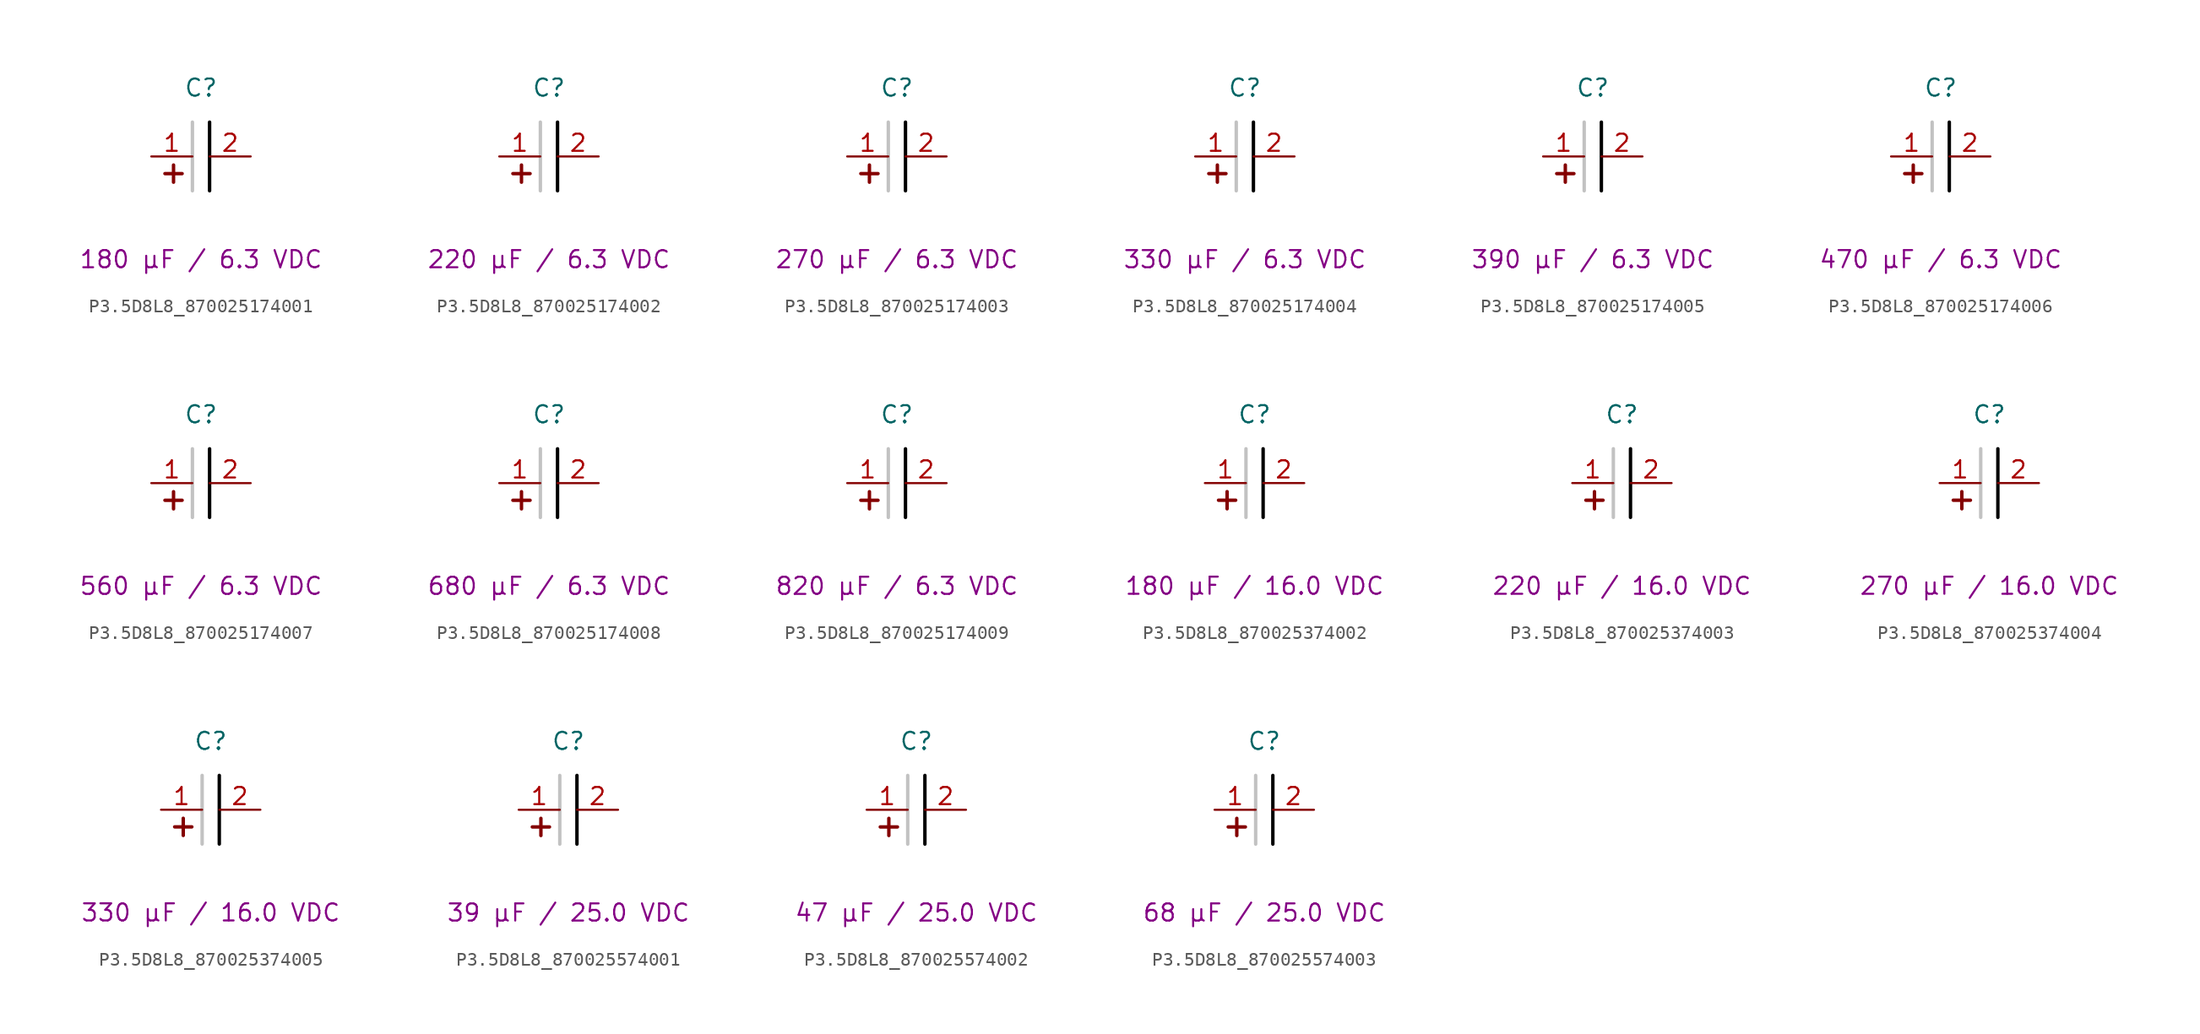
<source format=kicad_sym>
(kicad_symbol_lib
  (version 20220914)
  (generator kicad_symbol_editor)
  (symbol "P3.5D8L8_870025174001"
    (pin_names hide)
    (property "Reference" "C"
      (at 0 5.08 0)
      (effects (font (size 1.27 1.27))))
    (property "Critical Parameter" "180 µF / 6.3 VDC"
      (at 0 -7.62 0)
      (effects (font (size 1.27 1.27))))
    (symbol "P3.5D8L8_870025174001_1_1"
      (polyline (pts (xy -2.667 -1.27) (xy -1.397 -1.27)) (stroke (width 0.254) (type default)) (fill (type none)))
      (polyline (pts (xy -2.032 -0.635) (xy -2.032 -1.905)) (stroke (width 0.254) (type default)) (fill (type none)))
      (polyline (pts (xy -0.635 2.54) (xy -0.635 -2.54)) (stroke (width 0.254) (type default) (color 194 194 194 1)) (fill (type none)))
      (polyline (pts (xy 0.635 2.54) (xy 0.635 -2.54)) (stroke (width 0.254) (type default) (color 0 0 0 1)) (fill (type none)))
      (pin passive line (at -3.679 0 0) (length 3.044) (name "1" (effects (font (size 1.27 1.27)))) (number "1" (effects (font (size 1.27 1.27)))))
      (pin passive line (at 3.679 0 180) (length 3.044) (name "2" (effects (font (size 1.27 1.27)))) (number "2" (effects (font (size 1.27 1.27)))))))
  (symbol "P3.5D8L8_870025174002"
    (pin_names hide)
    (property "Reference" "C"
      (at 0 5.08 0)
      (effects (font (size 1.27 1.27))))
    (property "Critical Parameter" "220 µF / 6.3 VDC"
      (at 0 -7.62 0)
      (effects (font (size 1.27 1.27))))
    (symbol "P3.5D8L8_870025174002_1_1"
      (polyline (pts (xy -2.667 -1.27) (xy -1.397 -1.27)) (stroke (width 0.254) (type default)) (fill (type none)))
      (polyline (pts (xy -2.032 -0.635) (xy -2.032 -1.905)) (stroke (width 0.254) (type default)) (fill (type none)))
      (polyline (pts (xy -0.635 2.54) (xy -0.635 -2.54)) (stroke (width 0.254) (type default) (color 194 194 194 1)) (fill (type none)))
      (polyline (pts (xy 0.635 2.54) (xy 0.635 -2.54)) (stroke (width 0.254) (type default) (color 0 0 0 1)) (fill (type none)))
      (pin passive line (at -3.679 0 0) (length 3.044) (name "1" (effects (font (size 1.27 1.27)))) (number "1" (effects (font (size 1.27 1.27)))))
      (pin passive line (at 3.679 0 180) (length 3.044) (name "2" (effects (font (size 1.27 1.27)))) (number "2" (effects (font (size 1.27 1.27)))))))
  (symbol "P3.5D8L8_870025174003"
    (pin_names hide)
    (property "Reference" "C"
      (at 0 5.08 0)
      (effects (font (size 1.27 1.27))))
    (property "Critical Parameter" "270 µF / 6.3 VDC"
      (at 0 -7.62 0)
      (effects (font (size 1.27 1.27))))
    (symbol "P3.5D8L8_870025174003_1_1"
      (polyline (pts (xy -2.667 -1.27) (xy -1.397 -1.27)) (stroke (width 0.254) (type default)) (fill (type none)))
      (polyline (pts (xy -2.032 -0.635) (xy -2.032 -1.905)) (stroke (width 0.254) (type default)) (fill (type none)))
      (polyline (pts (xy -0.635 2.54) (xy -0.635 -2.54)) (stroke (width 0.254) (type default) (color 194 194 194 1)) (fill (type none)))
      (polyline (pts (xy 0.635 2.54) (xy 0.635 -2.54)) (stroke (width 0.254) (type default) (color 0 0 0 1)) (fill (type none)))
      (pin passive line (at -3.679 0 0) (length 3.044) (name "1" (effects (font (size 1.27 1.27)))) (number "1" (effects (font (size 1.27 1.27)))))
      (pin passive line (at 3.679 0 180) (length 3.044) (name "2" (effects (font (size 1.27 1.27)))) (number "2" (effects (font (size 1.27 1.27)))))))
  (symbol "P3.5D8L8_870025174004"
    (pin_names hide)
    (property "Reference" "C"
      (at 0 5.08 0)
      (effects (font (size 1.27 1.27))))
    (property "Critical Parameter" "330 µF / 6.3 VDC"
      (at 0 -7.62 0)
      (effects (font (size 1.27 1.27))))
    (symbol "P3.5D8L8_870025174004_1_1"
      (polyline (pts (xy -2.667 -1.27) (xy -1.397 -1.27)) (stroke (width 0.254) (type default)) (fill (type none)))
      (polyline (pts (xy -2.032 -0.635) (xy -2.032 -1.905)) (stroke (width 0.254) (type default)) (fill (type none)))
      (polyline (pts (xy -0.635 2.54) (xy -0.635 -2.54)) (stroke (width 0.254) (type default) (color 194 194 194 1)) (fill (type none)))
      (polyline (pts (xy 0.635 2.54) (xy 0.635 -2.54)) (stroke (width 0.254) (type default) (color 0 0 0 1)) (fill (type none)))
      (pin passive line (at -3.679 0 0) (length 3.044) (name "1" (effects (font (size 1.27 1.27)))) (number "1" (effects (font (size 1.27 1.27)))))
      (pin passive line (at 3.679 0 180) (length 3.044) (name "2" (effects (font (size 1.27 1.27)))) (number "2" (effects (font (size 1.27 1.27)))))))
  (symbol "P3.5D8L8_870025174005"
    (pin_names hide)
    (property "Reference" "C"
      (at 0 5.08 0)
      (effects (font (size 1.27 1.27))))
    (property "Critical Parameter" "390 µF / 6.3 VDC"
      (at 0 -7.62 0)
      (effects (font (size 1.27 1.27))))
    (symbol "P3.5D8L8_870025174005_1_1"
      (polyline (pts (xy -2.667 -1.27) (xy -1.397 -1.27)) (stroke (width 0.254) (type default)) (fill (type none)))
      (polyline (pts (xy -2.032 -0.635) (xy -2.032 -1.905)) (stroke (width 0.254) (type default)) (fill (type none)))
      (polyline (pts (xy -0.635 2.54) (xy -0.635 -2.54)) (stroke (width 0.254) (type default) (color 194 194 194 1)) (fill (type none)))
      (polyline (pts (xy 0.635 2.54) (xy 0.635 -2.54)) (stroke (width 0.254) (type default) (color 0 0 0 1)) (fill (type none)))
      (pin passive line (at -3.679 0 0) (length 3.044) (name "1" (effects (font (size 1.27 1.27)))) (number "1" (effects (font (size 1.27 1.27)))))
      (pin passive line (at 3.679 0 180) (length 3.044) (name "2" (effects (font (size 1.27 1.27)))) (number "2" (effects (font (size 1.27 1.27)))))))
  (symbol "P3.5D8L8_870025174006"
    (pin_names hide)
    (property "Reference" "C"
      (at 0 5.08 0)
      (effects (font (size 1.27 1.27))))
    (property "Critical Parameter" "470 µF / 6.3 VDC"
      (at 0 -7.62 0)
      (effects (font (size 1.27 1.27))))
    (symbol "P3.5D8L8_870025174006_1_1"
      (polyline (pts (xy -2.667 -1.27) (xy -1.397 -1.27)) (stroke (width 0.254) (type default)) (fill (type none)))
      (polyline (pts (xy -2.032 -0.635) (xy -2.032 -1.905)) (stroke (width 0.254) (type default)) (fill (type none)))
      (polyline (pts (xy -0.635 2.54) (xy -0.635 -2.54)) (stroke (width 0.254) (type default) (color 194 194 194 1)) (fill (type none)))
      (polyline (pts (xy 0.635 2.54) (xy 0.635 -2.54)) (stroke (width 0.254) (type default) (color 0 0 0 1)) (fill (type none)))
      (pin passive line (at -3.679 0 0) (length 3.044) (name "1" (effects (font (size 1.27 1.27)))) (number "1" (effects (font (size 1.27 1.27)))))
      (pin passive line (at 3.679 0 180) (length 3.044) (name "2" (effects (font (size 1.27 1.27)))) (number "2" (effects (font (size 1.27 1.27)))))))
  (symbol "P3.5D8L8_870025174007"
    (pin_names hide)
    (property "Reference" "C"
      (at 0 5.08 0)
      (effects (font (size 1.27 1.27))))
    (property "Critical Parameter" "560 µF / 6.3 VDC"
      (at 0 -7.62 0)
      (effects (font (size 1.27 1.27))))
    (symbol "P3.5D8L8_870025174007_1_1"
      (polyline (pts (xy -2.667 -1.27) (xy -1.397 -1.27)) (stroke (width 0.254) (type default)) (fill (type none)))
      (polyline (pts (xy -2.032 -0.635) (xy -2.032 -1.905)) (stroke (width 0.254) (type default)) (fill (type none)))
      (polyline (pts (xy -0.635 2.54) (xy -0.635 -2.54)) (stroke (width 0.254) (type default) (color 194 194 194 1)) (fill (type none)))
      (polyline (pts (xy 0.635 2.54) (xy 0.635 -2.54)) (stroke (width 0.254) (type default) (color 0 0 0 1)) (fill (type none)))
      (pin passive line (at -3.679 0 0) (length 3.044) (name "1" (effects (font (size 1.27 1.27)))) (number "1" (effects (font (size 1.27 1.27)))))
      (pin passive line (at 3.679 0 180) (length 3.044) (name "2" (effects (font (size 1.27 1.27)))) (number "2" (effects (font (size 1.27 1.27)))))))
  (symbol "P3.5D8L8_870025174008"
    (pin_names hide)
    (property "Reference" "C"
      (at 0 5.08 0)
      (effects (font (size 1.27 1.27))))
    (property "Critical Parameter" "680 µF / 6.3 VDC"
      (at 0 -7.62 0)
      (effects (font (size 1.27 1.27))))
    (symbol "P3.5D8L8_870025174008_1_1"
      (polyline (pts (xy -2.667 -1.27) (xy -1.397 -1.27)) (stroke (width 0.254) (type default)) (fill (type none)))
      (polyline (pts (xy -2.032 -0.635) (xy -2.032 -1.905)) (stroke (width 0.254) (type default)) (fill (type none)))
      (polyline (pts (xy -0.635 2.54) (xy -0.635 -2.54)) (stroke (width 0.254) (type default) (color 194 194 194 1)) (fill (type none)))
      (polyline (pts (xy 0.635 2.54) (xy 0.635 -2.54)) (stroke (width 0.254) (type default) (color 0 0 0 1)) (fill (type none)))
      (pin passive line (at -3.679 0 0) (length 3.044) (name "1" (effects (font (size 1.27 1.27)))) (number "1" (effects (font (size 1.27 1.27)))))
      (pin passive line (at 3.679 0 180) (length 3.044) (name "2" (effects (font (size 1.27 1.27)))) (number "2" (effects (font (size 1.27 1.27)))))))
  (symbol "P3.5D8L8_870025174009"
    (pin_names hide)
    (property "Reference" "C"
      (at 0 5.08 0)
      (effects (font (size 1.27 1.27))))
    (property "Critical Parameter" "820 µF / 6.3 VDC"
      (at 0 -7.62 0)
      (effects (font (size 1.27 1.27))))
    (symbol "P3.5D8L8_870025174009_1_1"
      (polyline (pts (xy -2.667 -1.27) (xy -1.397 -1.27)) (stroke (width 0.254) (type default)) (fill (type none)))
      (polyline (pts (xy -2.032 -0.635) (xy -2.032 -1.905)) (stroke (width 0.254) (type default)) (fill (type none)))
      (polyline (pts (xy -0.635 2.54) (xy -0.635 -2.54)) (stroke (width 0.254) (type default) (color 194 194 194 1)) (fill (type none)))
      (polyline (pts (xy 0.635 2.54) (xy 0.635 -2.54)) (stroke (width 0.254) (type default) (color 0 0 0 1)) (fill (type none)))
      (pin passive line (at -3.679 0 0) (length 3.044) (name "1" (effects (font (size 1.27 1.27)))) (number "1" (effects (font (size 1.27 1.27)))))
      (pin passive line (at 3.679 0 180) (length 3.044) (name "2" (effects (font (size 1.27 1.27)))) (number "2" (effects (font (size 1.27 1.27)))))))
  (symbol "P3.5D8L8_870025374002"
    (pin_names hide)
    (property "Reference" "C"
      (at 0 5.08 0)
      (effects (font (size 1.27 1.27))))
    (property "Critical Parameter" "180 µF / 16.0 VDC"
      (at 0 -7.62 0)
      (effects (font (size 1.27 1.27))))
    (symbol "P3.5D8L8_870025374002_1_1"
      (polyline (pts (xy -2.667 -1.27) (xy -1.397 -1.27)) (stroke (width 0.254) (type default)) (fill (type none)))
      (polyline (pts (xy -2.032 -0.635) (xy -2.032 -1.905)) (stroke (width 0.254) (type default)) (fill (type none)))
      (polyline (pts (xy -0.635 2.54) (xy -0.635 -2.54)) (stroke (width 0.254) (type default) (color 194 194 194 1)) (fill (type none)))
      (polyline (pts (xy 0.635 2.54) (xy 0.635 -2.54)) (stroke (width 0.254) (type default) (color 0 0 0 1)) (fill (type none)))
      (pin passive line (at -3.679 0 0) (length 3.044) (name "1" (effects (font (size 1.27 1.27)))) (number "1" (effects (font (size 1.27 1.27)))))
      (pin passive line (at 3.679 0 180) (length 3.044) (name "2" (effects (font (size 1.27 1.27)))) (number "2" (effects (font (size 1.27 1.27)))))))
  (symbol "P3.5D8L8_870025374003"
    (pin_names hide)
    (property "Reference" "C"
      (at 0 5.08 0)
      (effects (font (size 1.27 1.27))))
    (property "Critical Parameter" "220 µF / 16.0 VDC"
      (at 0 -7.62 0)
      (effects (font (size 1.27 1.27))))
    (symbol "P3.5D8L8_870025374003_1_1"
      (polyline (pts (xy -2.667 -1.27) (xy -1.397 -1.27)) (stroke (width 0.254) (type default)) (fill (type none)))
      (polyline (pts (xy -2.032 -0.635) (xy -2.032 -1.905)) (stroke (width 0.254) (type default)) (fill (type none)))
      (polyline (pts (xy -0.635 2.54) (xy -0.635 -2.54)) (stroke (width 0.254) (type default) (color 194 194 194 1)) (fill (type none)))
      (polyline (pts (xy 0.635 2.54) (xy 0.635 -2.54)) (stroke (width 0.254) (type default) (color 0 0 0 1)) (fill (type none)))
      (pin passive line (at -3.679 0 0) (length 3.044) (name "1" (effects (font (size 1.27 1.27)))) (number "1" (effects (font (size 1.27 1.27)))))
      (pin passive line (at 3.679 0 180) (length 3.044) (name "2" (effects (font (size 1.27 1.27)))) (number "2" (effects (font (size 1.27 1.27)))))))
  (symbol "P3.5D8L8_870025374004"
    (pin_names hide)
    (property "Reference" "C"
      (at 0 5.08 0)
      (effects (font (size 1.27 1.27))))
    (property "Critical Parameter" "270 µF / 16.0 VDC"
      (at 0 -7.62 0)
      (effects (font (size 1.27 1.27))))
    (symbol "P3.5D8L8_870025374004_1_1"
      (polyline (pts (xy -2.667 -1.27) (xy -1.397 -1.27)) (stroke (width 0.254) (type default)) (fill (type none)))
      (polyline (pts (xy -2.032 -0.635) (xy -2.032 -1.905)) (stroke (width 0.254) (type default)) (fill (type none)))
      (polyline (pts (xy -0.635 2.54) (xy -0.635 -2.54)) (stroke (width 0.254) (type default) (color 194 194 194 1)) (fill (type none)))
      (polyline (pts (xy 0.635 2.54) (xy 0.635 -2.54)) (stroke (width 0.254) (type default) (color 0 0 0 1)) (fill (type none)))
      (pin passive line (at -3.679 0 0) (length 3.044) (name "1" (effects (font (size 1.27 1.27)))) (number "1" (effects (font (size 1.27 1.27)))))
      (pin passive line (at 3.679 0 180) (length 3.044) (name "2" (effects (font (size 1.27 1.27)))) (number "2" (effects (font (size 1.27 1.27)))))))
  (symbol "P3.5D8L8_870025374005"
    (pin_names hide)
    (property "Reference" "C"
      (at 0 5.08 0)
      (effects (font (size 1.27 1.27))))
    (property "Critical Parameter" "330 µF / 16.0 VDC"
      (at 0 -7.62 0)
      (effects (font (size 1.27 1.27))))
    (symbol "P3.5D8L8_870025374005_1_1"
      (polyline (pts (xy -2.667 -1.27) (xy -1.397 -1.27)) (stroke (width 0.254) (type default)) (fill (type none)))
      (polyline (pts (xy -2.032 -0.635) (xy -2.032 -1.905)) (stroke (width 0.254) (type default)) (fill (type none)))
      (polyline (pts (xy -0.635 2.54) (xy -0.635 -2.54)) (stroke (width 0.254) (type default) (color 194 194 194 1)) (fill (type none)))
      (polyline (pts (xy 0.635 2.54) (xy 0.635 -2.54)) (stroke (width 0.254) (type default) (color 0 0 0 1)) (fill (type none)))
      (pin passive line (at -3.679 0 0) (length 3.044) (name "1" (effects (font (size 1.27 1.27)))) (number "1" (effects (font (size 1.27 1.27)))))
      (pin passive line (at 3.679 0 180) (length 3.044) (name "2" (effects (font (size 1.27 1.27)))) (number "2" (effects (font (size 1.27 1.27)))))))
  (symbol "P3.5D8L8_870025574001"
    (pin_names hide)
    (property "Reference" "C"
      (at 0 5.08 0)
      (effects (font (size 1.27 1.27))))
    (property "Critical Parameter" "39 µF / 25.0 VDC"
      (at 0 -7.62 0)
      (effects (font (size 1.27 1.27))))
    (symbol "P3.5D8L8_870025574001_1_1"
      (polyline (pts (xy -2.667 -1.27) (xy -1.397 -1.27)) (stroke (width 0.254) (type default)) (fill (type none)))
      (polyline (pts (xy -2.032 -0.635) (xy -2.032 -1.905)) (stroke (width 0.254) (type default)) (fill (type none)))
      (polyline (pts (xy -0.635 2.54) (xy -0.635 -2.54)) (stroke (width 0.254) (type default) (color 194 194 194 1)) (fill (type none)))
      (polyline (pts (xy 0.635 2.54) (xy 0.635 -2.54)) (stroke (width 0.254) (type default) (color 0 0 0 1)) (fill (type none)))
      (pin passive line (at -3.679 0 0) (length 3.044) (name "1" (effects (font (size 1.27 1.27)))) (number "1" (effects (font (size 1.27 1.27)))))
      (pin passive line (at 3.679 0 180) (length 3.044) (name "2" (effects (font (size 1.27 1.27)))) (number "2" (effects (font (size 1.27 1.27)))))))
  (symbol "P3.5D8L8_870025574002"
    (pin_names hide)
    (property "Reference" "C"
      (at 0 5.08 0)
      (effects (font (size 1.27 1.27))))
    (property "Critical Parameter" "47 µF / 25.0 VDC"
      (at 0 -7.62 0)
      (effects (font (size 1.27 1.27))))
    (symbol "P3.5D8L8_870025574002_1_1"
      (polyline (pts (xy -2.667 -1.27) (xy -1.397 -1.27)) (stroke (width 0.254) (type default)) (fill (type none)))
      (polyline (pts (xy -2.032 -0.635) (xy -2.032 -1.905)) (stroke (width 0.254) (type default)) (fill (type none)))
      (polyline (pts (xy -0.635 2.54) (xy -0.635 -2.54)) (stroke (width 0.254) (type default) (color 194 194 194 1)) (fill (type none)))
      (polyline (pts (xy 0.635 2.54) (xy 0.635 -2.54)) (stroke (width 0.254) (type default) (color 0 0 0 1)) (fill (type none)))
      (pin passive line (at -3.679 0 0) (length 3.044) (name "1" (effects (font (size 1.27 1.27)))) (number "1" (effects (font (size 1.27 1.27)))))
      (pin passive line (at 3.679 0 180) (length 3.044) (name "2" (effects (font (size 1.27 1.27)))) (number "2" (effects (font (size 1.27 1.27)))))))
  (symbol "P3.5D8L8_870025574003"
    (pin_names hide)
    (property "Reference" "C"
      (at 0 5.08 0)
      (effects (font (size 1.27 1.27))))
    (property "Critical Parameter" "68 µF / 25.0 VDC"
      (at 0 -7.62 0)
      (effects (font (size 1.27 1.27))))
    (symbol "P3.5D8L8_870025574003_1_1"
      (polyline (pts (xy -2.667 -1.27) (xy -1.397 -1.27)) (stroke (width 0.254) (type default)) (fill (type none)))
      (polyline (pts (xy -2.032 -0.635) (xy -2.032 -1.905)) (stroke (width 0.254) (type default)) (fill (type none)))
      (polyline (pts (xy -0.635 2.54) (xy -0.635 -2.54)) (stroke (width 0.254) (type default) (color 194 194 194 1)) (fill (type none)))
      (polyline (pts (xy 0.635 2.54) (xy 0.635 -2.54)) (stroke (width 0.254) (type default) (color 0 0 0 1)) (fill (type none)))
      (pin passive line (at -3.679 0 0) (length 3.044) (name "1" (effects (font (size 1.27 1.27)))) (number "1" (effects (font (size 1.27 1.27)))))
      (pin passive line (at 3.679 0 180) (length 3.044) (name "2" (effects (font (size 1.27 1.27)))) (number "2" (effects (font (size 1.27 1.27))))))))
</source>
